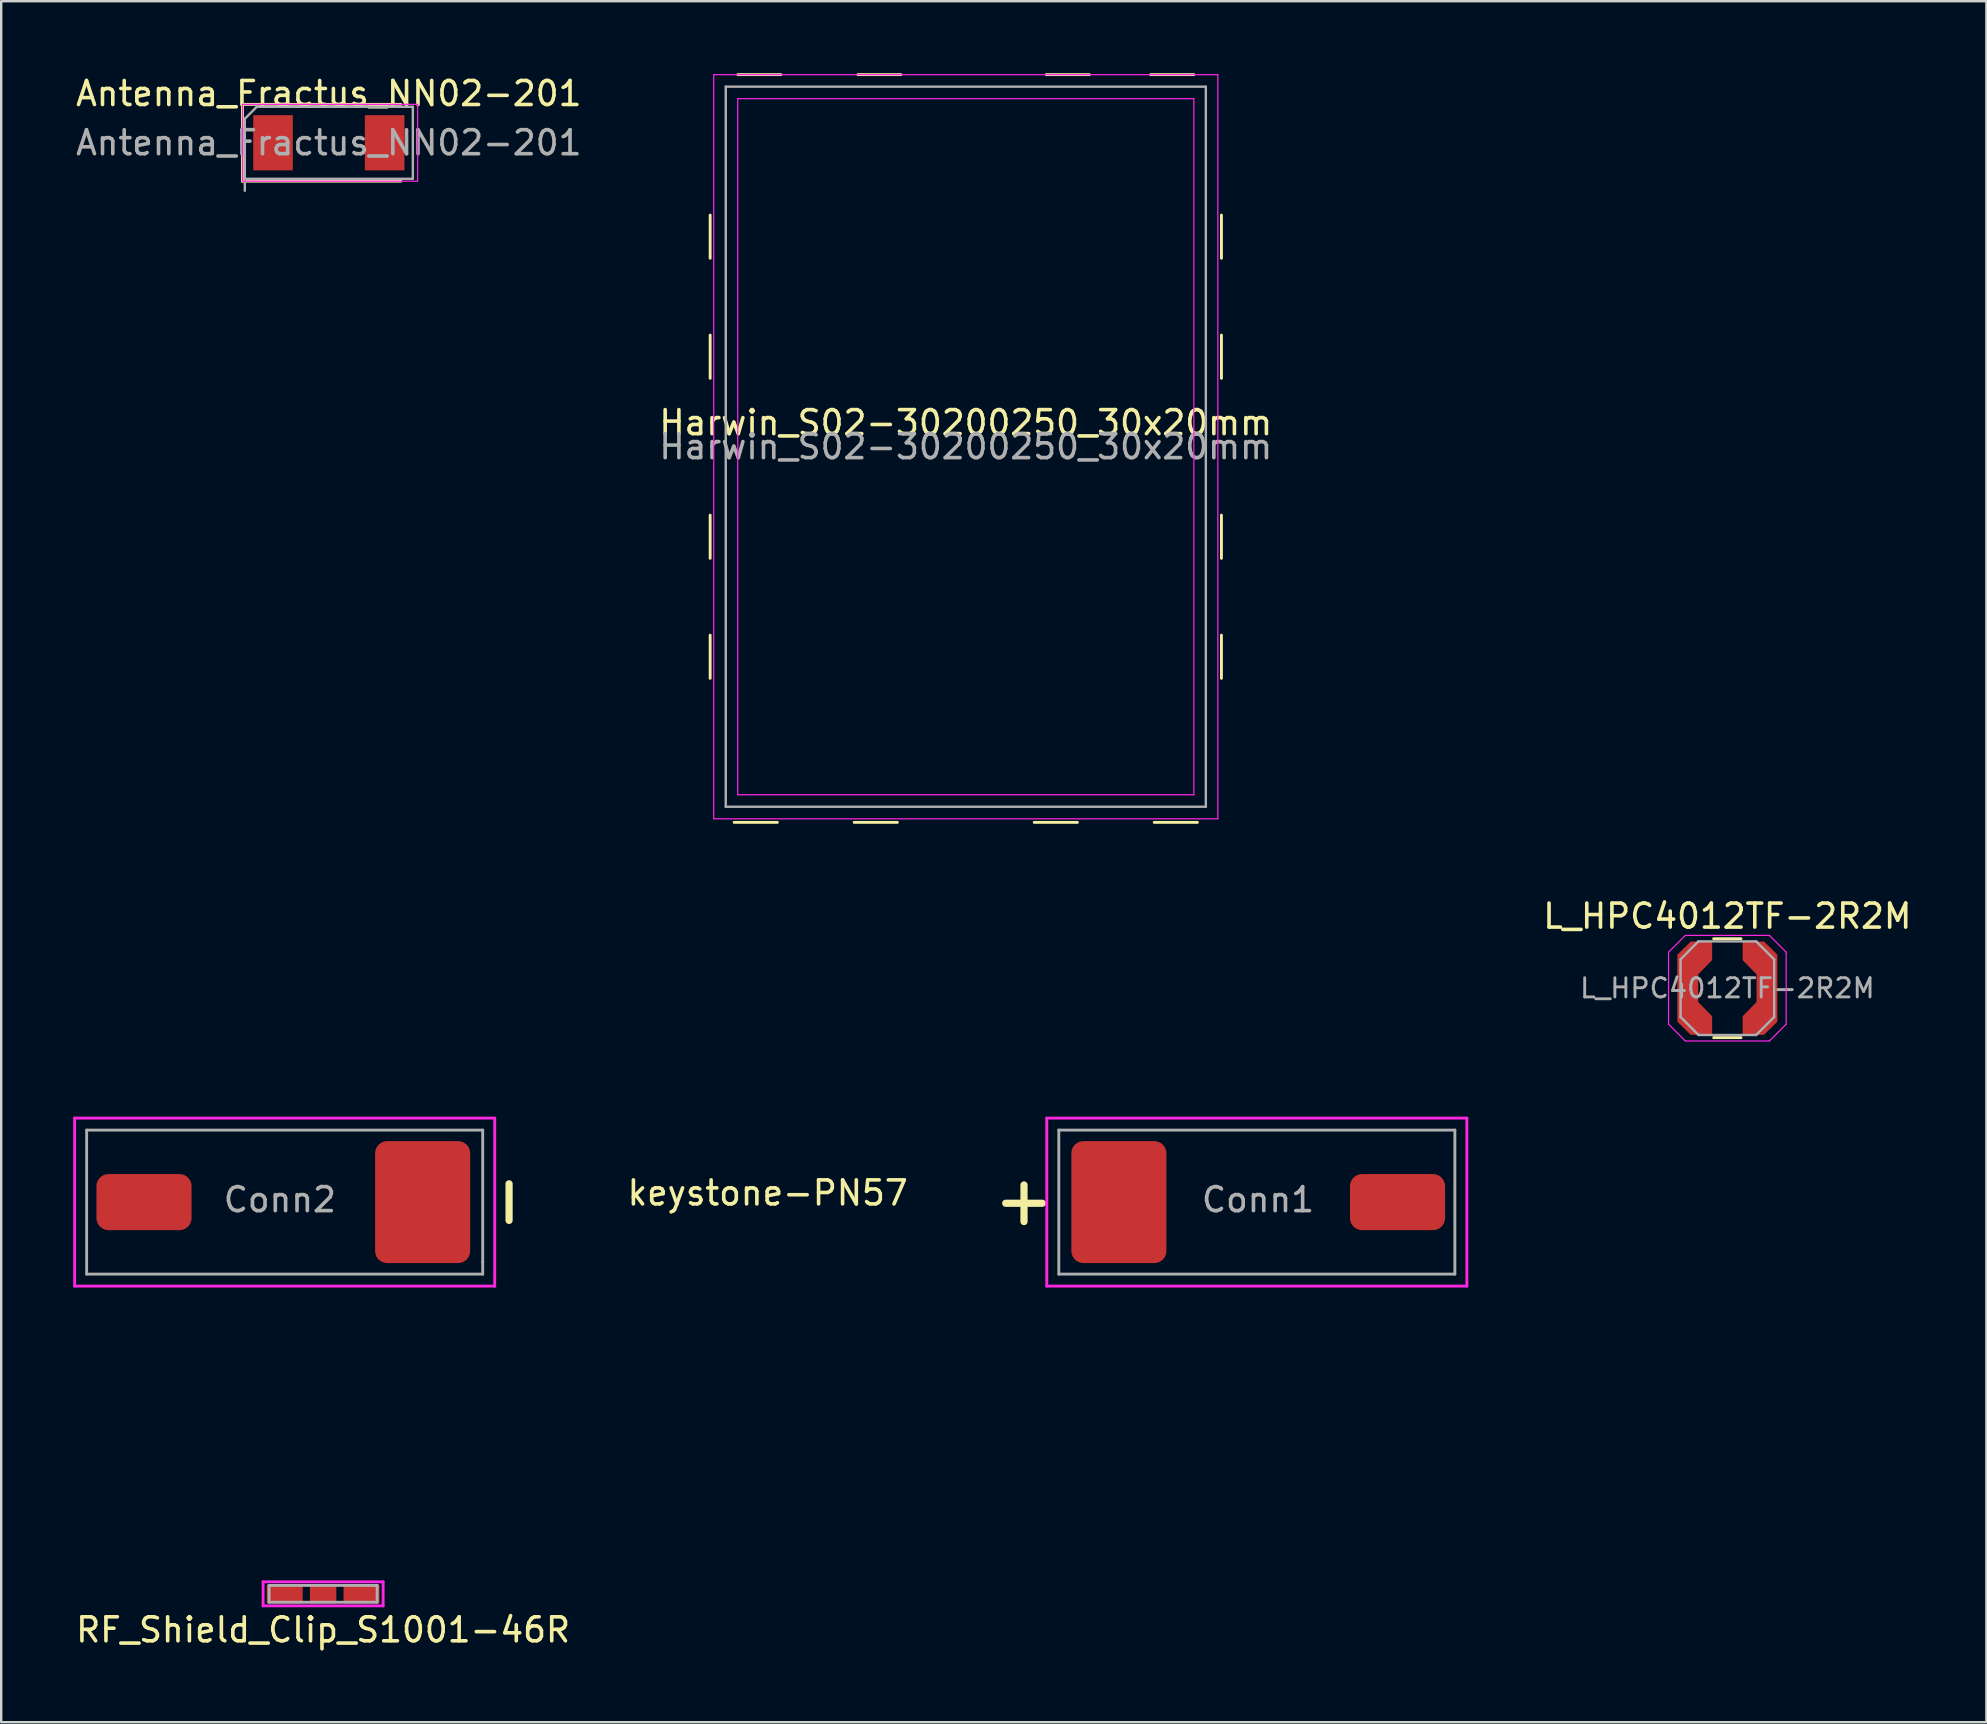
<source format=kicad_pcb>
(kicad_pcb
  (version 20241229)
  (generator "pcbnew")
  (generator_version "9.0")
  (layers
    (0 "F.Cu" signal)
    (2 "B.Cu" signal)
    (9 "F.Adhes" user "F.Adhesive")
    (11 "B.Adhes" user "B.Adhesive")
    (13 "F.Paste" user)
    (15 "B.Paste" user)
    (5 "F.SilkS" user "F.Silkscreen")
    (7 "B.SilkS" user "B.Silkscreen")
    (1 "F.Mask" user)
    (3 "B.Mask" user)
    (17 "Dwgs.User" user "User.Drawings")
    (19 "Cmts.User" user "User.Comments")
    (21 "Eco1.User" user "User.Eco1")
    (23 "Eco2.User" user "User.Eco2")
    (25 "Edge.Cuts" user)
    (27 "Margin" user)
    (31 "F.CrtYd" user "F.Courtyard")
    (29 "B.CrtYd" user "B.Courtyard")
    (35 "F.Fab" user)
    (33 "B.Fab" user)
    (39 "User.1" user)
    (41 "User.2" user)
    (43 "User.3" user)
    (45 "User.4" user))
  (footprint "Antenna_Fractus_NN02-201"
    (layer "F.Cu")
    (at 10.649 2.898)
    (property "Reference" "Antenna_Fractus_NN02-201" (at 0 -2.05 0) (layer "F.SilkS") (effects (font (size 1 1) (thickness 0.15))))
    (attr smd)
    (fp_line (start -3.6 -1.6) (end -3.6 1.6) (stroke (width 0.12) (type solid)) (layer "F.SilkS"))
    (fp_line (start -3.6 1.6) (end 3 1.6) (stroke (width 0.12) (type solid)) (layer "F.SilkS"))
    (fp_line (start 3 -1.6) (end -3.6 -1.6) (stroke (width 0.12) (type solid)) (layer "F.SilkS"))
    (fp_line (start -3.6 -1.6) (end 3.7 -1.6) (stroke (width 0.05) (type solid)) (layer "F.CrtYd"))
    (fp_line (start -3.6 1.6) (end -3.6 -1.6) (stroke (width 0.05) (type solid)) (layer "F.CrtYd"))
    (fp_line (start 3.7 -1.6) (end 3.7 1.6) (stroke (width 0.05) (type solid)) (layer "F.CrtYd"))
    (fp_line (start 3.7 1.6) (end -3.6 1.6) (stroke (width 0.05) (type solid)) (layer "F.CrtYd"))
    (fp_line (start -3.5 -1) (end -3.5 2) (stroke (width 0.1) (type solid)) (layer "F.Fab"))
    (fp_line (start -3.5 1.5) (end 3.5 1.5) (stroke (width 0.1) (type solid)) (layer "F.Fab"))
    (fp_line (start -3 -1.5) (end -3.5 -1) (stroke (width 0.1) (type solid)) (layer "F.Fab"))
    (fp_line (start 3.5 -1.5) (end -3 -1.5) (stroke (width 0.1) (type solid)) (layer "F.Fab"))
    (fp_line (start 3.5 1.5) (end 3.5 -1.5) (stroke (width 0.1) (type solid)) (layer "F.Fab"))
    (fp_text user "${REFERENCE}" (at 0 0 0) (layer "F.Fab") (effects (font (size 1 1) (thickness 0.15))))
    (pad "1" smd rect (at -2.325 0 90) (size 2.3 1.65) (layers "F.Cu" "F.Mask" "F.Paste"))
    (pad "2" smd rect (at 2.325 0 90) (size 2.3 1.65) (layers "F.Cu" "F.Mask" "F.Paste")))
  (footprint "Harwin_S02-30200250_30x20mm"
    (layer "F.Cu")
    (at 37.185 15.56)
    (property "Reference" "Harwin_S02-30200250_30x20mm" (at 0 -1 0) (layer "F.SilkS") (effects (font (size 1 1) (thickness 0.15))))
    (attr smd)
    (fp_line (start -10.65 -9.65) (end -10.65 -7.85) (stroke (width 0.12) (type solid)) (layer "F.SilkS"))
    (fp_line (start -10.65 -4.65) (end -10.65 -2.85) (stroke (width 0.12) (type solid)) (layer "F.SilkS"))
    (fp_line (start -10.65 2.85) (end -10.65 4.65) (stroke (width 0.12) (type solid)) (layer "F.SilkS"))
    (fp_line (start -10.65 7.85) (end -10.65 9.65) (stroke (width 0.12) (type solid)) (layer "F.SilkS"))
    (fp_line (start -9.65 15.65) (end -7.85 15.65) (stroke (width 0.12) (type solid)) (layer "F.SilkS"))
    (fp_line (start -9.5 -15.5) (end -7.7 -15.5) (stroke (width 0.12) (type solid)) (layer "F.SilkS"))
    (fp_line (start -4.65 15.65) (end -2.85 15.65) (stroke (width 0.12) (type solid)) (layer "F.SilkS"))
    (fp_line (start -4.5 -15.5) (end -2.7 -15.5) (stroke (width 0.12) (type solid)) (layer "F.SilkS"))
    (fp_line (start 2.85 15.65) (end 4.65 15.65) (stroke (width 0.12) (type solid)) (layer "F.SilkS"))
    (fp_line (start 3.35 -15.5) (end 5.15 -15.5) (stroke (width 0.12) (type solid)) (layer "F.SilkS"))
    (fp_line (start 7.7 -15.5) (end 9.5 -15.5) (stroke (width 0.12) (type solid)) (layer "F.SilkS"))
    (fp_line (start 7.85 15.65) (end 9.65 15.65) (stroke (width 0.12) (type solid)) (layer "F.SilkS"))
    (fp_line (start 10.65 -9.65) (end 10.65 -7.85) (stroke (width 0.12) (type solid)) (layer "F.SilkS"))
    (fp_line (start 10.65 -4.65) (end 10.65 -2.85) (stroke (width 0.12) (type solid)) (layer "F.SilkS"))
    (fp_line (start 10.65 2.85) (end 10.65 4.65) (stroke (width 0.12) (type solid)) (layer "F.SilkS"))
    (fp_line (start 10.65 7.85) (end 10.65 9.65) (stroke (width 0.12) (type solid)) (layer "F.SilkS"))
    (fp_line (start -10.5 -15.5) (end -10.5 15.5) (stroke (width 0.05) (type solid)) (layer "F.CrtYd"))
    (fp_line (start -10.5 15.5) (end 10.5 15.5) (stroke (width 0.05) (type solid)) (layer "F.CrtYd"))
    (fp_line (start -9.5 -14.5) (end -9.5 14.5) (stroke (width 0.05) (type solid)) (layer "F.CrtYd"))
    (fp_line (start -9.5 14.5) (end 9.5 14.5) (stroke (width 0.05) (type solid)) (layer "F.CrtYd"))
    (fp_line (start 9.5 -14.5) (end -9.5 -14.5) (stroke (width 0.05) (type solid)) (layer "F.CrtYd"))
    (fp_line (start 9.5 14.5) (end 9.5 -14.5) (stroke (width 0.05) (type solid)) (layer "F.CrtYd"))
    (fp_line (start 10.5 -15.5) (end -10.5 -15.5) (stroke (width 0.05) (type solid)) (layer "F.CrtYd"))
    (fp_line (start 10.5 15.5) (end 10.5 -15.5) (stroke (width 0.05) (type solid)) (layer "F.CrtYd"))
    (fp_line (start -10 -15) (end -10 15) (stroke (width 0.1) (type solid)) (layer "F.Fab"))
    (fp_line (start -10 15) (end 10 15) (stroke (width 0.1) (type solid)) (layer "F.Fab"))
    (fp_line (start 10 -15) (end -10 -15) (stroke (width 0.1) (type solid)) (layer "F.Fab"))
    (fp_line (start 10 15) (end 10 -15) (stroke (width 0.1) (type solid)) (layer "F.Fab"))
    (fp_text user "${REFERENCE}" (at 0 0 0) (layer "F.Fab") (effects (font (size 1 1) (thickness 0.15)))))
  (footprint "keystone-PN57"
    (layer "F.Cu")
    (at 29.06 47.03)
    (property "Reference" "keystone-PN57" (at -0.127 -0.381 0) (layer "F.SilkS") (effects (font (size 1 1) (thickness 0.15))))
    (attr through_hole)
    (fp_line (start 0 12.7) (end 0 -12.7) (stroke (width 0.12) (type solid)) (layer "Eco1.User"))
    (fp_line (start 24.13 0) (end -24.13 0) (stroke (width 0.12) (type solid)) (layer "Eco1.User"))
    (fp_line (start -29 -3.5) (end -29 3.5) (stroke (width 0.12) (type solid)) (layer "F.CrtYd"))
    (fp_line (start -29 3.5) (end -11.5 3.5) (stroke (width 0.12) (type solid)) (layer "F.CrtYd"))
    (fp_line (start -11.5 -3.5) (end -29 -3.5) (stroke (width 0.12) (type solid)) (layer "F.CrtYd"))
    (fp_line (start -11.5 3.5) (end -11.5 -3.5) (stroke (width 0.12) (type solid)) (layer "F.CrtYd"))
    (fp_line (start 11.5 -3.5) (end 11.5 3.5) (stroke (width 0.12) (type solid)) (layer "F.CrtYd"))
    (fp_line (start 11.5 3.5) (end 29 3.5) (stroke (width 0.12) (type solid)) (layer "F.CrtYd"))
    (fp_line (start 29 -3.5) (end 11.5 -3.5) (stroke (width 0.12) (type solid)) (layer "F.CrtYd"))
    (fp_line (start 29 3.5) (end 29 -3.5) (stroke (width 0.12) (type solid)) (layer "F.CrtYd"))
    (fp_line (start -28.5 -3) (end -12 -3) (stroke (width 0.12) (type solid)) (layer "F.Fab"))
    (fp_line (start -28.5 3) (end -28.5 -3) (stroke (width 0.12) (type solid)) (layer "F.Fab"))
    (fp_line (start -12 -3) (end -12 2.5) (stroke (width 0.12) (type solid)) (layer "F.Fab"))
    (fp_line (start -12 2.5) (end -12 3) (stroke (width 0.12) (type solid)) (layer "F.Fab"))
    (fp_line (start -12 3) (end -28.5 3) (stroke (width 0.12) (type solid)) (layer "F.Fab"))
    (fp_line (start 12 -3) (end 12 3) (stroke (width 0.12) (type solid)) (layer "F.Fab"))
    (fp_line (start 12 3) (end 28.5 3) (stroke (width 0.12) (type solid)) (layer "F.Fab"))
    (fp_line (start 28.5 -3) (end 12 -3) (stroke (width 0.12) (type solid)) (layer "F.Fab"))
    (fp_line (start 28.5 3) (end 28.5 -3) (stroke (width 0.12) (type solid)) (layer "F.Fab"))
    (fp_text user "+" (at 10.55 -0.1 0) (layer "F.SilkS") (effects (font (size 2 2) (thickness 0.3))))
    (fp_text user "-" (at -11.05 0 90) (layer "F.SilkS") (effects (font (size 2 2) (thickness 0.3))))
    (fp_text user "Conn1" (at 20.3 -0.1 0) (layer "F.Fab") (effects (font (size 1 1) (thickness 0.15))))
    (fp_text user "Conn2" (at -20.45 -0.1 0) (layer "F.Fab") (effects (font (size 1 1) (thickness 0.15))))
    (pad "1" smd roundrect (at 14.503 0) (size 3.96 5.08) (layers "F.Cu" "F.Mask" "F.Paste") (roundrect_rratio 0.126))
    (pad "1" smd roundrect (at 26.111 0) (size 3.962 2.337) (layers "F.Cu" "F.Mask" "F.Paste") (roundrect_rratio 0.214))
    (pad "2" smd roundrect (at -26.111 0) (size 3.962 2.337) (layers "F.Cu" "F.Mask" "F.Paste") (roundrect_rratio 0.214))
    (pad "2" smd roundrect (at -14.503 0) (size 3.96 5.08) (layers "F.Cu" "F.Mask" "F.Paste") (roundrect_rratio 0.126)))
  (footprint "RF_Shield_Clip_S1001-46R"
    (layer "F.Cu")
    (at 10.411 63.35)
    (property "Reference" "RF_Shield_Clip_S1001-46R" (at 0 1.5 0) (layer "F.SilkS") (effects (font (size 1 1) (thickness 0.15))))
    (attr through_hole)
    (fp_line (start -2.5 -0.5) (end 2.5 -0.5) (stroke (width 0.12) (type solid)) (layer "F.CrtYd"))
    (fp_line (start -2.5 0.5) (end -2.5 -0.5) (stroke (width 0.12) (type solid)) (layer "F.CrtYd"))
    (fp_line (start 2.5 -0.5) (end 2.5 0.5) (stroke (width 0.12) (type solid)) (layer "F.CrtYd"))
    (fp_line (start 2.5 0.5) (end -2.5 0.5) (stroke (width 0.12) (type solid)) (layer "F.CrtYd"))
    (fp_line (start -2.25 -0.35) (end -2.25 0.35) (stroke (width 0.12) (type solid)) (layer "F.Fab"))
    (fp_line (start -2.25 -0.35) (end 2.25 -0.35) (stroke (width 0.12) (type solid)) (layer "F.Fab"))
    (fp_line (start -2.25 0.35) (end 2.25 0.35) (stroke (width 0.12) (type solid)) (layer "F.Fab"))
    (fp_line (start 2.25 -0.35) (end 2.25 0.35) (stroke (width 0.12) (type solid)) (layer "F.Fab"))
    (pad "1" smd roundrect (at -1.6 0) (size 1.5 0.8) (layers "F.Cu" "F.Mask" "F.Paste") (roundrect_rratio 0.066))
    (pad "1" smd roundrect (at 0 0) (size 1.1 0.8) (layers "F.Cu" "F.Mask" "F.Paste") (roundrect_rratio 0.066))
    (pad "1" smd roundrect (at 1.6 0) (size 1.5 0.8) (layers "F.Cu" "F.Mask" "F.Paste") (roundrect_rratio 0.066)))
  (footprint "L_HPC4012TF-2R2M"
    (layer "F.Cu")
    (at 68.912 38.118)
    (property "Reference" "L_HPC4012TF-2R2M" (at 0 -3 0) (layer "F.SilkS") (effects (font (size 1 1) (thickness 0.15))))
    (attr smd)
    (fp_line (start -0.57 -2.06) (end 0.57 -2.06) (stroke (width 0.12) (type solid)) (layer "F.SilkS"))
    (fp_line (start -0.57 2.06) (end 0.57 2.06) (stroke (width 0.12) (type solid)) (layer "F.SilkS"))
    (fp_line (start -2.45 -1.5) (end -2.45 1.5) (stroke (width 0.05) (type solid)) (layer "F.CrtYd"))
    (fp_line (start -1.75 -2.2) (end -2.45 -1.5) (stroke (width 0.05) (type solid)) (layer "F.CrtYd"))
    (fp_line (start -1.75 -2.2) (end 1.75 -2.2) (stroke (width 0.05) (type solid)) (layer "F.CrtYd"))
    (fp_line (start -1.75 2.2) (end -2.45 1.5) (stroke (width 0.05) (type solid)) (layer "F.CrtYd"))
    (fp_line (start -1.75 2.2) (end 1.75 2.2) (stroke (width 0.05) (type solid)) (layer "F.CrtYd"))
    (fp_line (start 1.75 -2.2) (end 2.45 -1.5) (stroke (width 0.05) (type solid)) (layer "F.CrtYd"))
    (fp_line (start 1.75 2.2) (end 2.45 1.5) (stroke (width 0.05) (type solid)) (layer "F.CrtYd"))
    (fp_line (start 2.45 -1.5) (end 2.45 1.5) (stroke (width 0.05) (type solid)) (layer "F.CrtYd"))
    (fp_line (start -1.95 -1.2) (end -1.21 -1.95) (stroke (width 0.1) (type solid)) (layer "F.Fab"))
    (fp_line (start -1.95 1.2) (end -1.95 -1.2) (stroke (width 0.1) (type solid)) (layer "F.Fab"))
    (fp_line (start -1.95 1.2) (end -1.2 1.95) (stroke (width 0.1) (type solid)) (layer "F.Fab"))
    (fp_line (start -1.2 -1.95) (end 1.2 -1.95) (stroke (width 0.1) (type solid)) (layer "F.Fab"))
    (fp_line (start 1.2 -1.95) (end 1.95 -1.2) (stroke (width 0.1) (type solid)) (layer "F.Fab"))
    (fp_line (start 1.2 1.95) (end -1.2 1.95) (stroke (width 0.1) (type solid)) (layer "F.Fab"))
    (fp_line (start 1.2 1.95) (end 1.95 1.2) (stroke (width 0.1) (type solid)) (layer "F.Fab"))
    (fp_line (start 1.95 -1.2) (end 1.95 1.2) (stroke (width 0.1) (type solid)) (layer "F.Fab"))
    (fp_text user "${REFERENCE}" (at 0 0 0) (layer "F.Fab") (effects (font (size 0.8 0.8) (thickness 0.12))))
    (pad "1" smd custom (at -1.65 0) (size 0.87 2.79) (layers "F.Cu" "F.Mask" "F.Paste") (options (anchor rect)) (primitives (gr_poly (pts (xy -0.435 -1.395) (xy 0.125 -1.945) (xy 1.015 -1.945) (xy 1.015 -1.17) (xy 0.435 -0.575) (xy 0.435 0.575) (xy 1.015 1.17) (xy 1.015 1.945) (xy 0.125 1.945) (xy -0.435 1.395)) (width 0) (fill yes))))
    (pad "2" smd custom (at 1.65 0) (size 0.87 2.79) (layers "F.Cu" "F.Mask" "F.Paste") (options (anchor rect)) (primitives (gr_poly (pts (xy 0.435 -1.395) (xy -0.125 -1.945) (xy -1.015 -1.945) (xy -1.015 -1.17) (xy -0.435 -0.575) (xy -0.435 0.575) (xy -1.015 1.17) (xy -1.015 1.945) (xy -0.125 1.945) (xy 0.435 1.395)) (width 0) (fill yes)))))
  (gr_rect
    (start -3 -3)
    (end 79.703 68.698)
    (stroke (width 0.1) (type default))
    (fill no)
    (layer "Edge.Cuts")))
</source>
